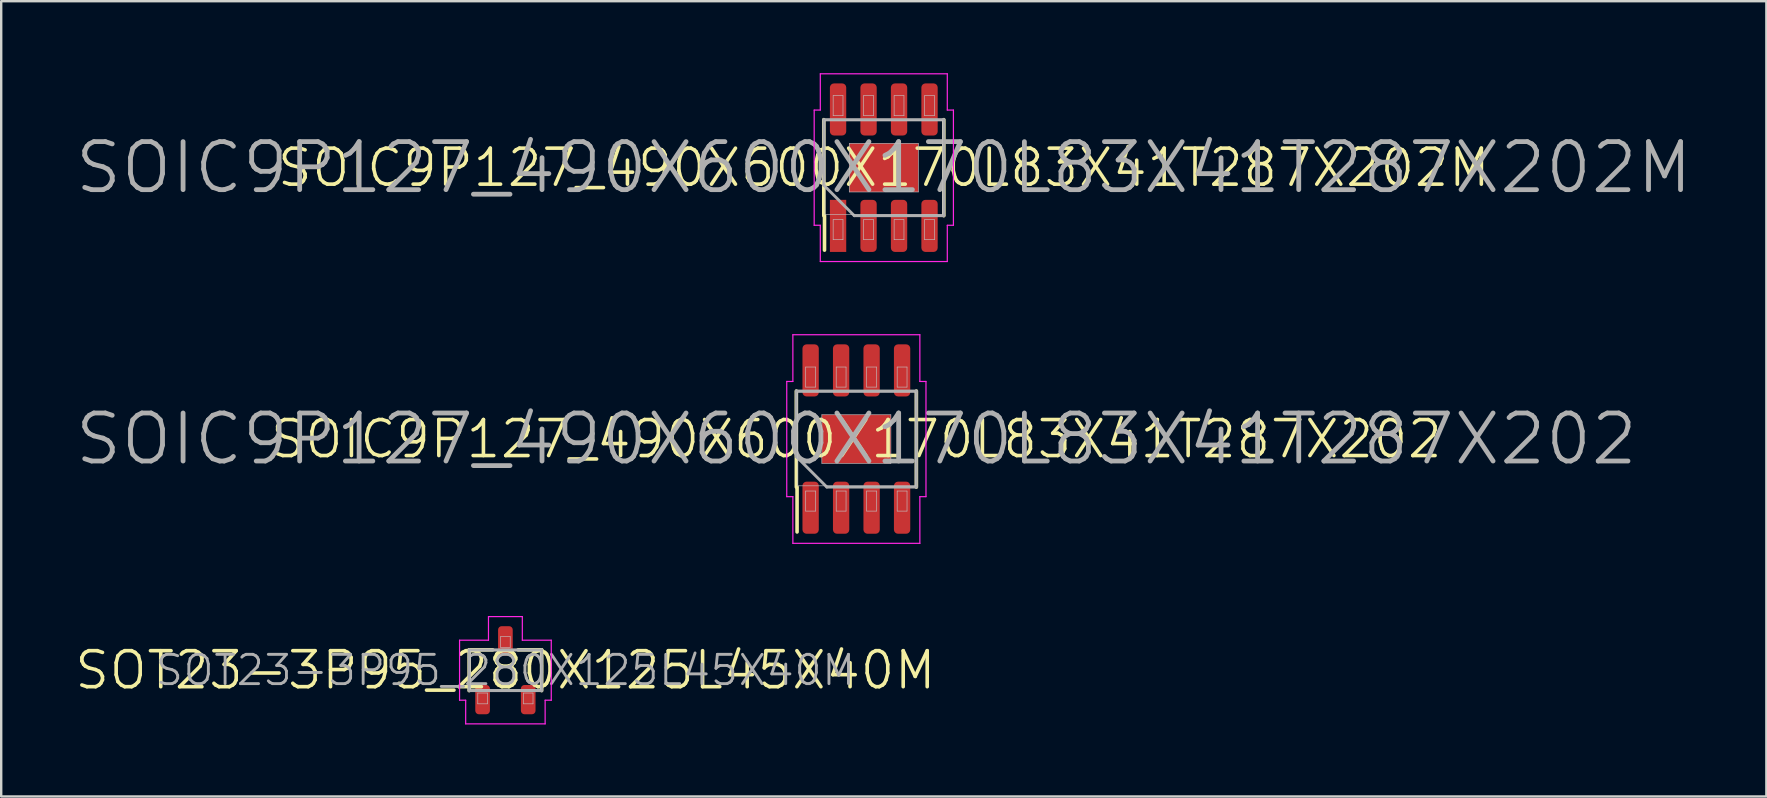
<source format=kicad_pcb>
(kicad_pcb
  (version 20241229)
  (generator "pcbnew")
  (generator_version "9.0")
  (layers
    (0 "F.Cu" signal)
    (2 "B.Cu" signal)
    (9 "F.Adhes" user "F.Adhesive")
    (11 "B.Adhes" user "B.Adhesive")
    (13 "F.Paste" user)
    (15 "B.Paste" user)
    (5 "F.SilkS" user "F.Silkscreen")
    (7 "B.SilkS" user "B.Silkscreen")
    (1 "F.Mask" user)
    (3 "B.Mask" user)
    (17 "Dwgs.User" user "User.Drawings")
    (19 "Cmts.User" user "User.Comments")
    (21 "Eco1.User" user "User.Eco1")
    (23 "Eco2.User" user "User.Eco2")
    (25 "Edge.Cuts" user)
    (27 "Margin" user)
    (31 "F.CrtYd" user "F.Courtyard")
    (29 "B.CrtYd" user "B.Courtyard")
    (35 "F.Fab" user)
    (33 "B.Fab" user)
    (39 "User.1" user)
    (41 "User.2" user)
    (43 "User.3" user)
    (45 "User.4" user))
  (footprint "SOIC9P127_490X600X170L83X41T287X202"
    (layer "F.Cu")
    (at 32.624 15.24)
    (property "Reference" "SOIC9P127_490X600X170L83X41T287X202" (at 0 0 0) (layer "F.SilkS") (effects (font (size 1.5 1.5) (thickness 0.15))))
    (attr smd)
    (fp_line (start -2.5 2) (end -2.5 -2) (stroke (width 0.15) (type solid)) (layer "F.SilkS"))
    (fp_line (start -2.47 2) (end -2.47 3.87) (stroke (width 0.15) (type solid)) (layer "F.SilkS"))
    (fp_line (start 2.5 2) (end 2.5 -2) (stroke (width 0.15) (type solid)) (layer "F.SilkS"))
    (fp_line (start -2.45 -1.95) (end 2.45 -1.95) (stroke (width 0.025) (type solid)) (layer "Dwgs.User"))
    (fp_line (start -2.45 1.95) (end -2.45 -1.95) (stroke (width 0.025) (type solid)) (layer "Dwgs.User"))
    (fp_line (start -2.11 -3) (end -1.7 -3) (stroke (width 0.025) (type solid)) (layer "Dwgs.User"))
    (fp_line (start -2.11 -2.165) (end -2.11 -3) (stroke (width 0.025) (type solid)) (layer "Dwgs.User"))
    (fp_line (start -2.11 2.165) (end -1.7 2.165) (stroke (width 0.025) (type solid)) (layer "Dwgs.User"))
    (fp_line (start -2.11 3) (end -2.11 2.165) (stroke (width 0.025) (type solid)) (layer "Dwgs.User"))
    (fp_line (start -1.7 -3) (end -1.7 -2.165) (stroke (width 0.025) (type solid)) (layer "Dwgs.User"))
    (fp_line (start -1.7 -2.165) (end -2.11 -2.165) (stroke (width 0.025) (type solid)) (layer "Dwgs.User"))
    (fp_line (start -1.7 2.165) (end -1.7 3) (stroke (width 0.025) (type solid)) (layer "Dwgs.User"))
    (fp_line (start -1.7 3) (end -2.11 3) (stroke (width 0.025) (type solid)) (layer "Dwgs.User"))
    (fp_line (start -1.438 -1.012) (end 1.438 -1.012) (stroke (width 0.025) (type solid)) (layer "Dwgs.User"))
    (fp_line (start -1.438 1.012) (end -1.438 -1.012) (stroke (width 0.025) (type solid)) (layer "Dwgs.User"))
    (fp_line (start -0.84 -3) (end -0.43 -3) (stroke (width 0.025) (type solid)) (layer "Dwgs.User"))
    (fp_line (start -0.84 -2.165) (end -0.84 -3) (stroke (width 0.025) (type solid)) (layer "Dwgs.User"))
    (fp_line (start -0.84 2.165) (end -0.43 2.165) (stroke (width 0.025) (type solid)) (layer "Dwgs.User"))
    (fp_line (start -0.84 3) (end -0.84 2.165) (stroke (width 0.025) (type solid)) (layer "Dwgs.User"))
    (fp_line (start -0.43 -3) (end -0.43 -2.165) (stroke (width 0.025) (type solid)) (layer "Dwgs.User"))
    (fp_line (start -0.43 -2.165) (end -0.84 -2.165) (stroke (width 0.025) (type solid)) (layer "Dwgs.User"))
    (fp_line (start -0.43 2.165) (end -0.43 3) (stroke (width 0.025) (type solid)) (layer "Dwgs.User"))
    (fp_line (start -0.43 3) (end -0.84 3) (stroke (width 0.025) (type solid)) (layer "Dwgs.User"))
    (fp_line (start 0.43 -3) (end 0.84 -3) (stroke (width 0.025) (type solid)) (layer "Dwgs.User"))
    (fp_line (start 0.43 -2.165) (end 0.43 -3) (stroke (width 0.025) (type solid)) (layer "Dwgs.User"))
    (fp_line (start 0.43 2.165) (end 0.84 2.165) (stroke (width 0.025) (type solid)) (layer "Dwgs.User"))
    (fp_line (start 0.43 3) (end 0.43 2.165) (stroke (width 0.025) (type solid)) (layer "Dwgs.User"))
    (fp_line (start 0.84 -3) (end 0.84 -2.165) (stroke (width 0.025) (type solid)) (layer "Dwgs.User"))
    (fp_line (start 0.84 -2.165) (end 0.43 -2.165) (stroke (width 0.025) (type solid)) (layer "Dwgs.User"))
    (fp_line (start 0.84 2.165) (end 0.84 3) (stroke (width 0.025) (type solid)) (layer "Dwgs.User"))
    (fp_line (start 0.84 3) (end 0.43 3) (stroke (width 0.025) (type solid)) (layer "Dwgs.User"))
    (fp_line (start 1.438 -1.012) (end 1.438 1.012) (stroke (width 0.025) (type solid)) (layer "Dwgs.User"))
    (fp_line (start 1.438 1.012) (end -1.438 1.012) (stroke (width 0.025) (type solid)) (layer "Dwgs.User"))
    (fp_line (start 1.7 -3) (end 2.11 -3) (stroke (width 0.025) (type solid)) (layer "Dwgs.User"))
    (fp_line (start 1.7 -2.165) (end 1.7 -3) (stroke (width 0.025) (type solid)) (layer "Dwgs.User"))
    (fp_line (start 1.7 2.165) (end 2.11 2.165) (stroke (width 0.025) (type solid)) (layer "Dwgs.User"))
    (fp_line (start 1.7 3) (end 1.7 2.165) (stroke (width 0.025) (type solid)) (layer "Dwgs.User"))
    (fp_line (start 2.11 -3) (end 2.11 -2.165) (stroke (width 0.025) (type solid)) (layer "Dwgs.User"))
    (fp_line (start 2.11 -2.165) (end 1.7 -2.165) (stroke (width 0.025) (type solid)) (layer "Dwgs.User"))
    (fp_line (start 2.11 2.165) (end 2.11 3) (stroke (width 0.025) (type solid)) (layer "Dwgs.User"))
    (fp_line (start 2.11 3) (end 1.7 3) (stroke (width 0.025) (type solid)) (layer "Dwgs.User"))
    (fp_line (start 2.45 -1.95) (end 2.45 1.95) (stroke (width 0.025) (type solid)) (layer "Dwgs.User"))
    (fp_line (start 2.45 1.95) (end -2.45 1.95) (stroke (width 0.025) (type solid)) (layer "Dwgs.User"))
    (fp_line (start -2.9 -2.4) (end -2.9 2.4) (stroke (width 0.05) (type solid)) (layer "F.CrtYd"))
    (fp_line (start -2.9 2.4) (end -2.645 2.4) (stroke (width 0.05) (type solid)) (layer "F.CrtYd"))
    (fp_line (start -2.645 -4.345) (end -2.645 -2.4) (stroke (width 0.05) (type solid)) (layer "F.CrtYd"))
    (fp_line (start -2.645 -2.4) (end -2.9 -2.4) (stroke (width 0.05) (type solid)) (layer "F.CrtYd"))
    (fp_line (start -2.645 2.4) (end -2.645 4.345) (stroke (width 0.05) (type solid)) (layer "F.CrtYd"))
    (fp_line (start -2.645 4.345) (end 2.645 4.345) (stroke (width 0.05) (type solid)) (layer "F.CrtYd"))
    (fp_line (start 2.645 -4.345) (end -2.645 -4.345) (stroke (width 0.05) (type solid)) (layer "F.CrtYd"))
    (fp_line (start 2.645 -2.4) (end 2.645 -4.345) (stroke (width 0.05) (type solid)) (layer "F.CrtYd"))
    (fp_line (start 2.645 2.4) (end 2.9 2.4) (stroke (width 0.05) (type solid)) (layer "F.CrtYd"))
    (fp_line (start 2.645 4.345) (end 2.645 2.4) (stroke (width 0.05) (type solid)) (layer "F.CrtYd"))
    (fp_line (start 2.9 -2.4) (end 2.645 -2.4) (stroke (width 0.05) (type solid)) (layer "F.CrtYd"))
    (fp_line (start 2.9 2.4) (end 2.9 -2.4) (stroke (width 0.05) (type solid)) (layer "F.CrtYd"))
    (fp_line (start -2.5 -2) (end 2.5 -2) (stroke (width 0.12) (type solid)) (layer "F.Fab"))
    (fp_line (start -2.5 0.73) (end -2.5 -2) (stroke (width 0.12) (type solid)) (layer "F.Fab"))
    (fp_line (start -1.23 2) (end -2.5 0.73) (stroke (width 0.12) (type solid)) (layer "F.Fab"))
    (fp_line (start 2.5 -2) (end 2.5 2) (stroke (width 0.12) (type solid)) (layer "F.Fab"))
    (fp_line (start 2.5 2) (end -1.23 2) (stroke (width 0.12) (type solid)) (layer "F.Fab"))
    (fp_text user "${REFERENCE}" (at 0 0 0) (layer "F.Fab") (effects (font (size 2 2) (thickness 0.2))))
    (pad "" smd rect (at -0.72 -0.51 90) (size 0.72 1.14) (layers "F.Paste"))
    (pad "" smd rect (at -0.72 0.51 90) (size 0.72 1.14) (layers "F.Paste"))
    (pad "" smd rect (at 0.72 -0.51 90) (size 0.72 1.14) (layers "F.Paste"))
    (pad "" smd rect (at 0.72 0.51 90) (size 0.72 1.14) (layers "F.Paste"))
    (pad "1" smd roundrect (at -1.905 2.86 90) (size 2.17 0.68) (layers "F.Cu" "F.Mask" "F.Paste") (roundrect_rratio 0.25))
    (pad "2" smd roundrect (at -0.635 2.86 90) (size 2.17 0.68) (layers "F.Cu" "F.Mask" "F.Paste") (roundrect_rratio 0.25))
    (pad "3" smd roundrect (at 0.635 2.86 90) (size 2.17 0.68) (layers "F.Cu" "F.Mask" "F.Paste") (roundrect_rratio 0.25))
    (pad "4" smd roundrect (at 1.905 2.86 90) (size 2.17 0.68) (layers "F.Cu" "F.Mask" "F.Paste") (roundrect_rratio 0.25))
    (pad "5" smd roundrect (at 1.905 -2.86 90) (size 2.17 0.68) (layers "F.Cu" "F.Mask" "F.Paste") (roundrect_rratio 0.25))
    (pad "6" smd roundrect (at 0.635 -2.86 90) (size 2.17 0.68) (layers "F.Cu" "F.Mask" "F.Paste") (roundrect_rratio 0.25))
    (pad "7" smd roundrect (at -0.635 -2.86 90) (size 2.17 0.68) (layers "F.Cu" "F.Mask" "F.Paste") (roundrect_rratio 0.25))
    (pad "8" smd roundrect (at -1.905 -2.86 90) (size 2.17 0.68) (layers "F.Cu" "F.Mask" "F.Paste") (roundrect_rratio 0.25))
    (pad "9" smd rect (at 0 0 90) (size 2.025 2.875) (layers "F.Cu" "F.Mask")))
  (footprint "SOIC9P127_490X600X170L83X41T287X202M"
    (layer "F.Cu")
    (at 33.767 3.935)
    (property "Reference" "SOIC9P127_490X600X170L83X41T287X202M" (at 0 0 0) (layer "F.SilkS") (effects (font (size 1.5 1.5) (thickness 0.15))))
    (attr smd)
    (fp_line (start -2.5 2) (end -2.5 -2) (stroke (width 0.15) (type solid)) (layer "F.SilkS"))
    (fp_line (start -2.47 2) (end -2.47 3.435) (stroke (width 0.15) (type solid)) (layer "F.SilkS"))
    (fp_line (start 2.5 2) (end 2.5 -2) (stroke (width 0.15) (type solid)) (layer "F.SilkS"))
    (fp_line (start -2.45 -1.95) (end 2.45 -1.95) (stroke (width 0.025) (type solid)) (layer "Dwgs.User"))
    (fp_line (start -2.45 1.95) (end -2.45 -1.95) (stroke (width 0.025) (type solid)) (layer "Dwgs.User"))
    (fp_line (start -2.11 -3) (end -1.7 -3) (stroke (width 0.025) (type solid)) (layer "Dwgs.User"))
    (fp_line (start -2.11 -2.165) (end -2.11 -3) (stroke (width 0.025) (type solid)) (layer "Dwgs.User"))
    (fp_line (start -2.11 2.165) (end -1.7 2.165) (stroke (width 0.025) (type solid)) (layer "Dwgs.User"))
    (fp_line (start -2.11 3) (end -2.11 2.165) (stroke (width 0.025) (type solid)) (layer "Dwgs.User"))
    (fp_line (start -1.7 -3) (end -1.7 -2.165) (stroke (width 0.025) (type solid)) (layer "Dwgs.User"))
    (fp_line (start -1.7 -2.165) (end -2.11 -2.165) (stroke (width 0.025) (type solid)) (layer "Dwgs.User"))
    (fp_line (start -1.7 2.165) (end -1.7 3) (stroke (width 0.025) (type solid)) (layer "Dwgs.User"))
    (fp_line (start -1.7 3) (end -2.11 3) (stroke (width 0.025) (type solid)) (layer "Dwgs.User"))
    (fp_line (start -1.438 -1.012) (end 1.438 -1.012) (stroke (width 0.025) (type solid)) (layer "Dwgs.User"))
    (fp_line (start -1.438 1.012) (end -1.438 -1.012) (stroke (width 0.025) (type solid)) (layer "Dwgs.User"))
    (fp_line (start -0.84 -3) (end -0.43 -3) (stroke (width 0.025) (type solid)) (layer "Dwgs.User"))
    (fp_line (start -0.84 -2.165) (end -0.84 -3) (stroke (width 0.025) (type solid)) (layer "Dwgs.User"))
    (fp_line (start -0.84 2.165) (end -0.43 2.165) (stroke (width 0.025) (type solid)) (layer "Dwgs.User"))
    (fp_line (start -0.84 3) (end -0.84 2.165) (stroke (width 0.025) (type solid)) (layer "Dwgs.User"))
    (fp_line (start -0.43 -3) (end -0.43 -2.165) (stroke (width 0.025) (type solid)) (layer "Dwgs.User"))
    (fp_line (start -0.43 -2.165) (end -0.84 -2.165) (stroke (width 0.025) (type solid)) (layer "Dwgs.User"))
    (fp_line (start -0.43 2.165) (end -0.43 3) (stroke (width 0.025) (type solid)) (layer "Dwgs.User"))
    (fp_line (start -0.43 3) (end -0.84 3) (stroke (width 0.025) (type solid)) (layer "Dwgs.User"))
    (fp_line (start 0.43 -3) (end 0.84 -3) (stroke (width 0.025) (type solid)) (layer "Dwgs.User"))
    (fp_line (start 0.43 -2.165) (end 0.43 -3) (stroke (width 0.025) (type solid)) (layer "Dwgs.User"))
    (fp_line (start 0.43 2.165) (end 0.84 2.165) (stroke (width 0.025) (type solid)) (layer "Dwgs.User"))
    (fp_line (start 0.43 3) (end 0.43 2.165) (stroke (width 0.025) (type solid)) (layer "Dwgs.User"))
    (fp_line (start 0.84 -3) (end 0.84 -2.165) (stroke (width 0.025) (type solid)) (layer "Dwgs.User"))
    (fp_line (start 0.84 -2.165) (end 0.43 -2.165) (stroke (width 0.025) (type solid)) (layer "Dwgs.User"))
    (fp_line (start 0.84 2.165) (end 0.84 3) (stroke (width 0.025) (type solid)) (layer "Dwgs.User"))
    (fp_line (start 0.84 3) (end 0.43 3) (stroke (width 0.025) (type solid)) (layer "Dwgs.User"))
    (fp_line (start 1.438 -1.012) (end 1.438 1.012) (stroke (width 0.025) (type solid)) (layer "Dwgs.User"))
    (fp_line (start 1.438 1.012) (end -1.438 1.012) (stroke (width 0.025) (type solid)) (layer "Dwgs.User"))
    (fp_line (start 1.7 -3) (end 2.11 -3) (stroke (width 0.025) (type solid)) (layer "Dwgs.User"))
    (fp_line (start 1.7 -2.165) (end 1.7 -3) (stroke (width 0.025) (type solid)) (layer "Dwgs.User"))
    (fp_line (start 1.7 2.165) (end 2.11 2.165) (stroke (width 0.025) (type solid)) (layer "Dwgs.User"))
    (fp_line (start 1.7 3) (end 1.7 2.165) (stroke (width 0.025) (type solid)) (layer "Dwgs.User"))
    (fp_line (start 2.11 -3) (end 2.11 -2.165) (stroke (width 0.025) (type solid)) (layer "Dwgs.User"))
    (fp_line (start 2.11 -2.165) (end 1.7 -2.165) (stroke (width 0.025) (type solid)) (layer "Dwgs.User"))
    (fp_line (start 2.11 2.165) (end 2.11 3) (stroke (width 0.025) (type solid)) (layer "Dwgs.User"))
    (fp_line (start 2.11 3) (end 1.7 3) (stroke (width 0.025) (type solid)) (layer "Dwgs.User"))
    (fp_line (start 2.45 -1.95) (end 2.45 1.95) (stroke (width 0.025) (type solid)) (layer "Dwgs.User"))
    (fp_line (start 2.45 1.95) (end -2.45 1.95) (stroke (width 0.025) (type solid)) (layer "Dwgs.User"))
    (fp_line (start -2.9 -2.4) (end -2.9 2.4) (stroke (width 0.05) (type solid)) (layer "F.CrtYd"))
    (fp_line (start -2.9 2.4) (end -2.645 2.4) (stroke (width 0.05) (type solid)) (layer "F.CrtYd"))
    (fp_line (start -2.645 -3.91) (end -2.645 -2.4) (stroke (width 0.05) (type solid)) (layer "F.CrtYd"))
    (fp_line (start -2.645 -2.4) (end -2.9 -2.4) (stroke (width 0.05) (type solid)) (layer "F.CrtYd"))
    (fp_line (start -2.645 2.4) (end -2.645 3.91) (stroke (width 0.05) (type solid)) (layer "F.CrtYd"))
    (fp_line (start -2.645 3.91) (end 2.645 3.91) (stroke (width 0.05) (type solid)) (layer "F.CrtYd"))
    (fp_line (start 2.645 -3.91) (end -2.645 -3.91) (stroke (width 0.05) (type solid)) (layer "F.CrtYd"))
    (fp_line (start 2.645 -2.4) (end 2.645 -3.91) (stroke (width 0.05) (type solid)) (layer "F.CrtYd"))
    (fp_line (start 2.645 2.4) (end 2.9 2.4) (stroke (width 0.05) (type solid)) (layer "F.CrtYd"))
    (fp_line (start 2.645 3.91) (end 2.645 2.4) (stroke (width 0.05) (type solid)) (layer "F.CrtYd"))
    (fp_line (start 2.9 -2.4) (end 2.645 -2.4) (stroke (width 0.05) (type solid)) (layer "F.CrtYd"))
    (fp_line (start 2.9 2.4) (end 2.9 -2.4) (stroke (width 0.05) (type solid)) (layer "F.CrtYd"))
    (fp_line (start -2.5 -2) (end 2.5 -2) (stroke (width 0.12) (type solid)) (layer "F.Fab"))
    (fp_line (start -2.5 0.73) (end -2.5 -2) (stroke (width 0.12) (type solid)) (layer "F.Fab"))
    (fp_line (start -1.23 2) (end -2.5 0.73) (stroke (width 0.12) (type solid)) (layer "F.Fab"))
    (fp_line (start 2.5 -2) (end 2.5 2) (stroke (width 0.12) (type solid)) (layer "F.Fab"))
    (fp_line (start 2.5 2) (end -1.23 2) (stroke (width 0.12) (type solid)) (layer "F.Fab"))
    (fp_text user "${REFERENCE}" (at 0 0 0) (layer "F.Fab") (effects (font (size 2 2) (thickness 0.2))))
    (pad "" smd roundrect (at -0.72 -0.51 90) (size 0.67 1.09) (layers "F.Paste") (roundrect_rratio 0.25))
    (pad "" smd roundrect (at -0.72 0.51 90) (size 0.67 1.09) (layers "F.Paste") (roundrect_rratio 0.25))
    (pad "" smd roundrect (at 0.72 -0.51 90) (size 0.67 1.09) (layers "F.Paste") (roundrect_rratio 0.25))
    (pad "" smd roundrect (at 0.72 0.51 90) (size 0.67 1.09) (layers "F.Paste") (roundrect_rratio 0.25))
    (pad "1" smd rect (at -1.905 2.425 90) (size 2.17 0.68) (layers "F.Cu" "F.Mask" "F.Paste"))
    (pad "2" smd roundrect (at -0.635 2.425 90) (size 2.17 0.68) (layers "F.Cu" "F.Mask" "F.Paste") (roundrect_rratio 0.25))
    (pad "3" smd roundrect (at 0.635 2.425 90) (size 2.17 0.68) (layers "F.Cu" "F.Mask" "F.Paste") (roundrect_rratio 0.25))
    (pad "4" smd roundrect (at 1.905 2.425 90) (size 2.17 0.68) (layers "F.Cu" "F.Mask" "F.Paste") (roundrect_rratio 0.25))
    (pad "5" smd roundrect (at 1.905 -2.425 90) (size 2.17 0.68) (layers "F.Cu" "F.Mask" "F.Paste") (roundrect_rratio 0.25))
    (pad "6" smd roundrect (at 0.635 -2.425 90) (size 2.17 0.68) (layers "F.Cu" "F.Mask" "F.Paste") (roundrect_rratio 0.25))
    (pad "7" smd roundrect (at -0.635 -2.425 90) (size 2.17 0.68) (layers "F.Cu" "F.Mask" "F.Paste") (roundrect_rratio 0.25))
    (pad "8" smd roundrect (at -1.905 -2.425 90) (size 2.17 0.68) (layers "F.Cu" "F.Mask" "F.Paste") (roundrect_rratio 0.25))
    (pad "9" smd rect (at 0 0 90) (size 2.025 2.875) (layers "F.Cu" "F.Mask")))
  (footprint "SOT23-3P95_280X125L45X40M"
    (layer "F.Cu")
    (at 18.004 24.87)
    (property "Reference" "SOT23-3P95_280X125L45X40M" (at 0 0 0) (layer "F.SilkS") (effects (font (size 1.5 1.5) (thickness 0.15))))
    (attr smd)
    (fp_line (start -1.51 -0.85) (end -0.53 -0.85) (stroke (width 0.15) (type solid)) (layer "F.SilkS"))
    (fp_line (start -1.51 0.85) (end -1.51 -0.85) (stroke (width 0.15) (type solid)) (layer "F.SilkS"))
    (fp_line (start 1.51 -0.85) (end 0.53 -0.85) (stroke (width 0.15) (type solid)) (layer "F.SilkS"))
    (fp_line (start 1.51 0.85) (end 1.51 -0.85) (stroke (width 0.15) (type solid)) (layer "F.SilkS"))
    (fp_line (start -1.46 -0.8) (end 1.46 -0.8) (stroke (width 0.025) (type solid)) (layer "Dwgs.User"))
    (fp_line (start -1.46 0.8) (end -1.46 -0.8) (stroke (width 0.025) (type solid)) (layer "Dwgs.User"))
    (fp_line (start -1.15 0.95) (end -0.75 0.95) (stroke (width 0.025) (type solid)) (layer "Dwgs.User"))
    (fp_line (start -1.15 1.4) (end -1.15 0.95) (stroke (width 0.025) (type solid)) (layer "Dwgs.User"))
    (fp_line (start -0.75 0.95) (end -0.75 1.4) (stroke (width 0.025) (type solid)) (layer "Dwgs.User"))
    (fp_line (start -0.75 1.4) (end -1.15 1.4) (stroke (width 0.025) (type solid)) (layer "Dwgs.User"))
    (fp_line (start -0.2 -1.4) (end 0.2 -1.4) (stroke (width 0.025) (type solid)) (layer "Dwgs.User"))
    (fp_line (start -0.2 -0.95) (end -0.2 -1.4) (stroke (width 0.025) (type solid)) (layer "Dwgs.User"))
    (fp_line (start 0.2 -1.4) (end 0.2 -0.95) (stroke (width 0.025) (type solid)) (layer "Dwgs.User"))
    (fp_line (start 0.2 -0.95) (end -0.2 -0.95) (stroke (width 0.025) (type solid)) (layer "Dwgs.User"))
    (fp_line (start 0.75 0.95) (end 1.15 0.95) (stroke (width 0.025) (type solid)) (layer "Dwgs.User"))
    (fp_line (start 0.75 1.4) (end 0.75 0.95) (stroke (width 0.025) (type solid)) (layer "Dwgs.User"))
    (fp_line (start 1.15 0.95) (end 1.15 1.4) (stroke (width 0.025) (type solid)) (layer "Dwgs.User"))
    (fp_line (start 1.15 1.4) (end 0.75 1.4) (stroke (width 0.025) (type solid)) (layer "Dwgs.User"))
    (fp_line (start 1.46 -0.8) (end 1.46 0.8) (stroke (width 0.025) (type solid)) (layer "Dwgs.User"))
    (fp_line (start 1.46 0.8) (end -1.46 0.8) (stroke (width 0.025) (type solid)) (layer "Dwgs.User"))
    (fp_line (start -1.91 -1.25) (end -1.91 1.25) (stroke (width 0.05) (type solid)) (layer "F.CrtYd"))
    (fp_line (start -1.91 1.25) (end -1.655 1.25) (stroke (width 0.05) (type solid)) (layer "F.CrtYd"))
    (fp_line (start -1.655 1.25) (end -1.655 2.235) (stroke (width 0.05) (type solid)) (layer "F.CrtYd"))
    (fp_line (start -1.655 2.235) (end 1.655 2.235) (stroke (width 0.05) (type solid)) (layer "F.CrtYd"))
    (fp_line (start -0.705 -2.235) (end -0.705 -1.25) (stroke (width 0.05) (type solid)) (layer "F.CrtYd"))
    (fp_line (start -0.705 -1.25) (end -1.91 -1.25) (stroke (width 0.05) (type solid)) (layer "F.CrtYd"))
    (fp_line (start 0.705 -2.235) (end -0.705 -2.235) (stroke (width 0.05) (type solid)) (layer "F.CrtYd"))
    (fp_line (start 0.705 -1.25) (end 0.705 -2.235) (stroke (width 0.05) (type solid)) (layer "F.CrtYd"))
    (fp_line (start 1.655 1.25) (end 1.91 1.25) (stroke (width 0.05) (type solid)) (layer "F.CrtYd"))
    (fp_line (start 1.655 2.235) (end 1.655 1.25) (stroke (width 0.05) (type solid)) (layer "F.CrtYd"))
    (fp_line (start 1.91 -1.25) (end 0.705 -1.25) (stroke (width 0.05) (type solid)) (layer "F.CrtYd"))
    (fp_line (start 1.91 1.25) (end 1.91 -1.25) (stroke (width 0.05) (type solid)) (layer "F.CrtYd"))
    (fp_line (start -1.51 -0.85) (end 1.51 -0.85) (stroke (width 0.12) (type solid)) (layer "F.Fab"))
    (fp_line (start -1.51 0.85) (end -1.51 -0.85) (stroke (width 0.12) (type solid)) (layer "F.Fab"))
    (fp_line (start 1.51 -0.85) (end 1.51 0.85) (stroke (width 0.12) (type solid)) (layer "F.Fab"))
    (fp_line (start 1.51 0.85) (end -1.51 0.85) (stroke (width 0.12) (type solid)) (layer "F.Fab"))
    (fp_text user "${REFERENCE}" (at 0 0 0) (layer "F.Fab") (effects (font (size 1.22 1.22) (thickness 0.12))))
    (pad "1" smd roundrect (at -0.95 1.225 90) (size 1.22 0.61) (layers "F.Cu" "F.Mask" "F.Paste") (roundrect_rratio 0.246))
    (pad "2" smd roundrect (at 0.95 1.225 90) (size 1.22 0.61) (layers "F.Cu" "F.Mask" "F.Paste") (roundrect_rratio 0.246))
    (pad "3" smd roundrect (at 0 -1.225 90) (size 1.22 0.61) (layers "F.Cu" "F.Mask" "F.Paste") (roundrect_rratio 0.246)))
  (gr_rect
    (start -3 -3)
    (end 70.533 30.13)
    (stroke (width 0.1) (type default))
    (fill no)
    (layer "Edge.Cuts")))
</source>
